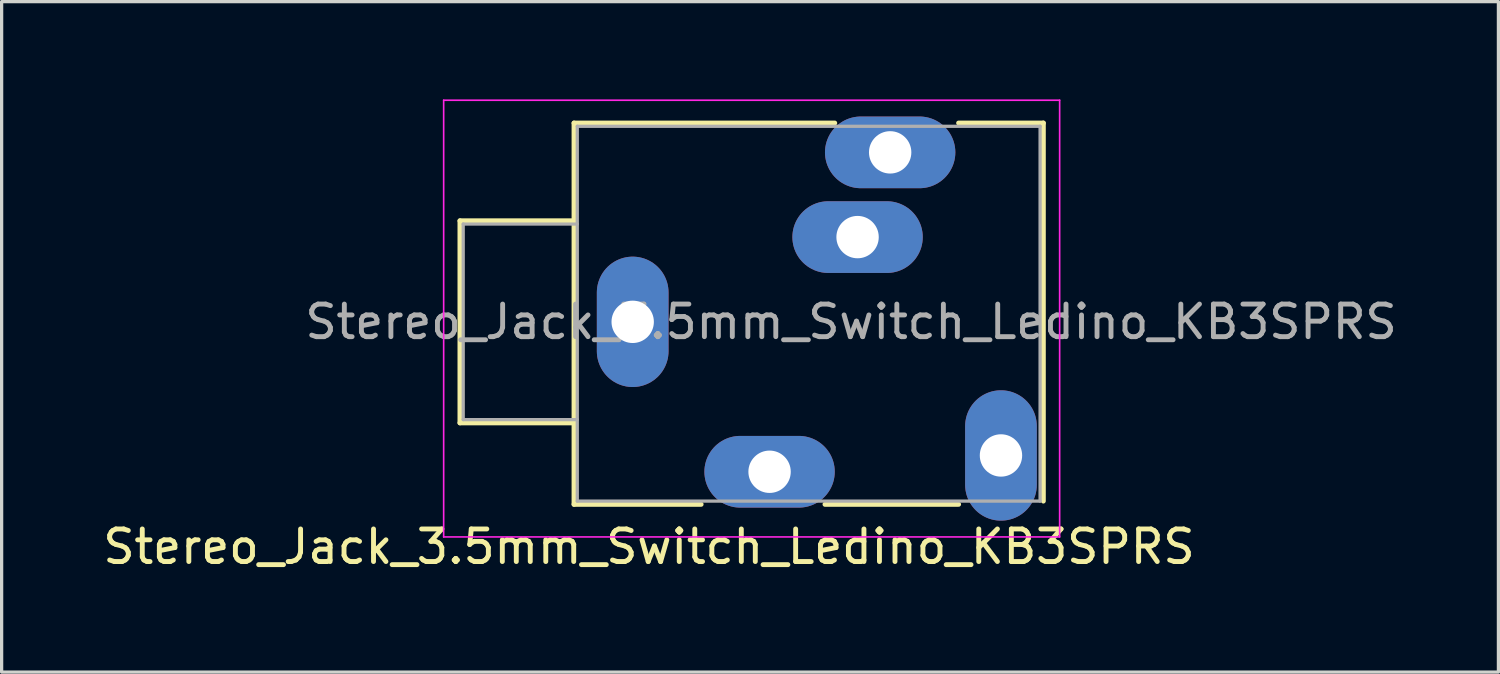
<source format=kicad_pcb>
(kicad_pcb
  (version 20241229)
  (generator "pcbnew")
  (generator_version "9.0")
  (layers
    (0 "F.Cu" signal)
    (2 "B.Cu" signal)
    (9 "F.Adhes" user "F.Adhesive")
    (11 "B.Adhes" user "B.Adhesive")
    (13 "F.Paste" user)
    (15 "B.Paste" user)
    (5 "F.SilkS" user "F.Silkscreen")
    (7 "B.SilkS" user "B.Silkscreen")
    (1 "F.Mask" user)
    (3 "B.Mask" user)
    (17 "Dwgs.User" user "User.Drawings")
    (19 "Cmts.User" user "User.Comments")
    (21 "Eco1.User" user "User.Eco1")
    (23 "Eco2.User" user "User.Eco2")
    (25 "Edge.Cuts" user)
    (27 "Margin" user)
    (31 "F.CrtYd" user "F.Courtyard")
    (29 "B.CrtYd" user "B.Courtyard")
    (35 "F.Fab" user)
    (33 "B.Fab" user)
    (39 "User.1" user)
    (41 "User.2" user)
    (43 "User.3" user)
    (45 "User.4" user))
  (footprint "Stereo_Jack_3.5mm_Switch_Ledino_KB3SPRS"
    (layer "F.Cu")
    (at 14.663 6.825)
    (property "Reference" "Stereo_Jack_3.5mm_Switch_Ledino_KB3SPRS" (at 2.2 6.9 0) (layer "F.SilkS") (effects (font (size 1 1) (thickness 0.15))))
    (attr through_hole)
    (fp_line (start -3.6 -3.1) (end -3.6 3.1) (stroke (width 0.15) (type solid)) (layer "F.SilkS"))
    (fp_line (start -3.6 3.1) (end -0.1 3.1) (stroke (width 0.15) (type solid)) (layer "F.SilkS"))
    (fp_line (start -0.1 -6.1) (end 7.9 -6.1) (stroke (width 0.15) (type solid)) (layer "F.SilkS"))
    (fp_line (start -0.1 -3.1) (end -3.6 -3.1) (stroke (width 0.15) (type solid)) (layer "F.SilkS"))
    (fp_line (start -0.1 5.6) (end -0.1 -6.1) (stroke (width 0.15) (type solid)) (layer "F.SilkS"))
    (fp_line (start 3.8 5.6) (end -0.1 5.6) (stroke (width 0.15) (type solid)) (layer "F.SilkS"))
    (fp_line (start 11.7 -6.1) (end 14.3 -6.1) (stroke (width 0.15) (type solid)) (layer "F.SilkS"))
    (fp_line (start 11.7 5.6) (end 7.6 5.6) (stroke (width 0.15) (type solid)) (layer "F.SilkS"))
    (fp_line (start 14.3 -6.1) (end 14.3 5.5) (stroke (width 0.15) (type solid)) (layer "F.SilkS"))
    (fp_line (start -4.1 -6.8) (end -4.1 6.6) (stroke (width 0.05) (type solid)) (layer "F.CrtYd"))
    (fp_line (start -4.1 6.6) (end 14.8 6.6) (stroke (width 0.05) (type solid)) (layer "F.CrtYd"))
    (fp_line (start 14.8 -6.8) (end -4.1 -6.8) (stroke (width 0.05) (type solid)) (layer "F.CrtYd"))
    (fp_line (start 14.8 6.6) (end 14.8 -6.8) (stroke (width 0.05) (type solid)) (layer "F.CrtYd"))
    (fp_line (start -3.5 -3) (end -3.5 3) (stroke (width 0.1) (type solid)) (layer "F.Fab"))
    (fp_line (start -3.5 -3) (end 0 -3) (stroke (width 0.1) (type solid)) (layer "F.Fab"))
    (fp_line (start -3.5 3) (end 0 3) (stroke (width 0.1) (type solid)) (layer "F.Fab"))
    (fp_line (start 0 -6) (end 0 5.5) (stroke (width 0.1) (type solid)) (layer "F.Fab"))
    (fp_line (start 0 5.5) (end 14.2 5.5) (stroke (width 0.1) (type solid)) (layer "F.Fab"))
    (fp_line (start 14.2 -6) (end 0 -6) (stroke (width 0.1) (type solid)) (layer "F.Fab"))
    (fp_line (start 14.2 5.5) (end 14.2 -6) (stroke (width 0.1) (type solid)) (layer "F.Fab"))
    (fp_text user "${REFERENCE}" (at 8.4 0 0) (layer "F.Fab") (effects (font (size 1 1) (thickness 0.15))))
    (pad "1" thru_hole oval (at 5.9 4.6) (size 4 2.2) (drill 1.3) (layers "*.Cu" "*.Mask"))
    (pad "2" thru_hole oval (at 13 4.1 90) (size 4 2.2) (drill 1.3) (layers "*.Cu" "*.Mask"))
    (pad "3" thru_hole oval (at 1.7 0) (size 2.2 4) (drill 1.3) (layers "*.Cu" "*.Mask"))
    (pad "4" thru_hole oval (at 8.6 -2.6) (size 4 2.2) (drill 1.3) (layers "*.Cu" "*.Mask"))
    (pad "5" thru_hole oval (at 9.6 -5.2) (size 4 2.2) (drill 1.3) (layers "*.Cu" "*.Mask")))
  (gr_rect
    (start -3 -3)
    (end 42.926 17.573)
    (stroke (width 0.1) (type default))
    (fill no)
    (layer "Edge.Cuts")))
</source>
